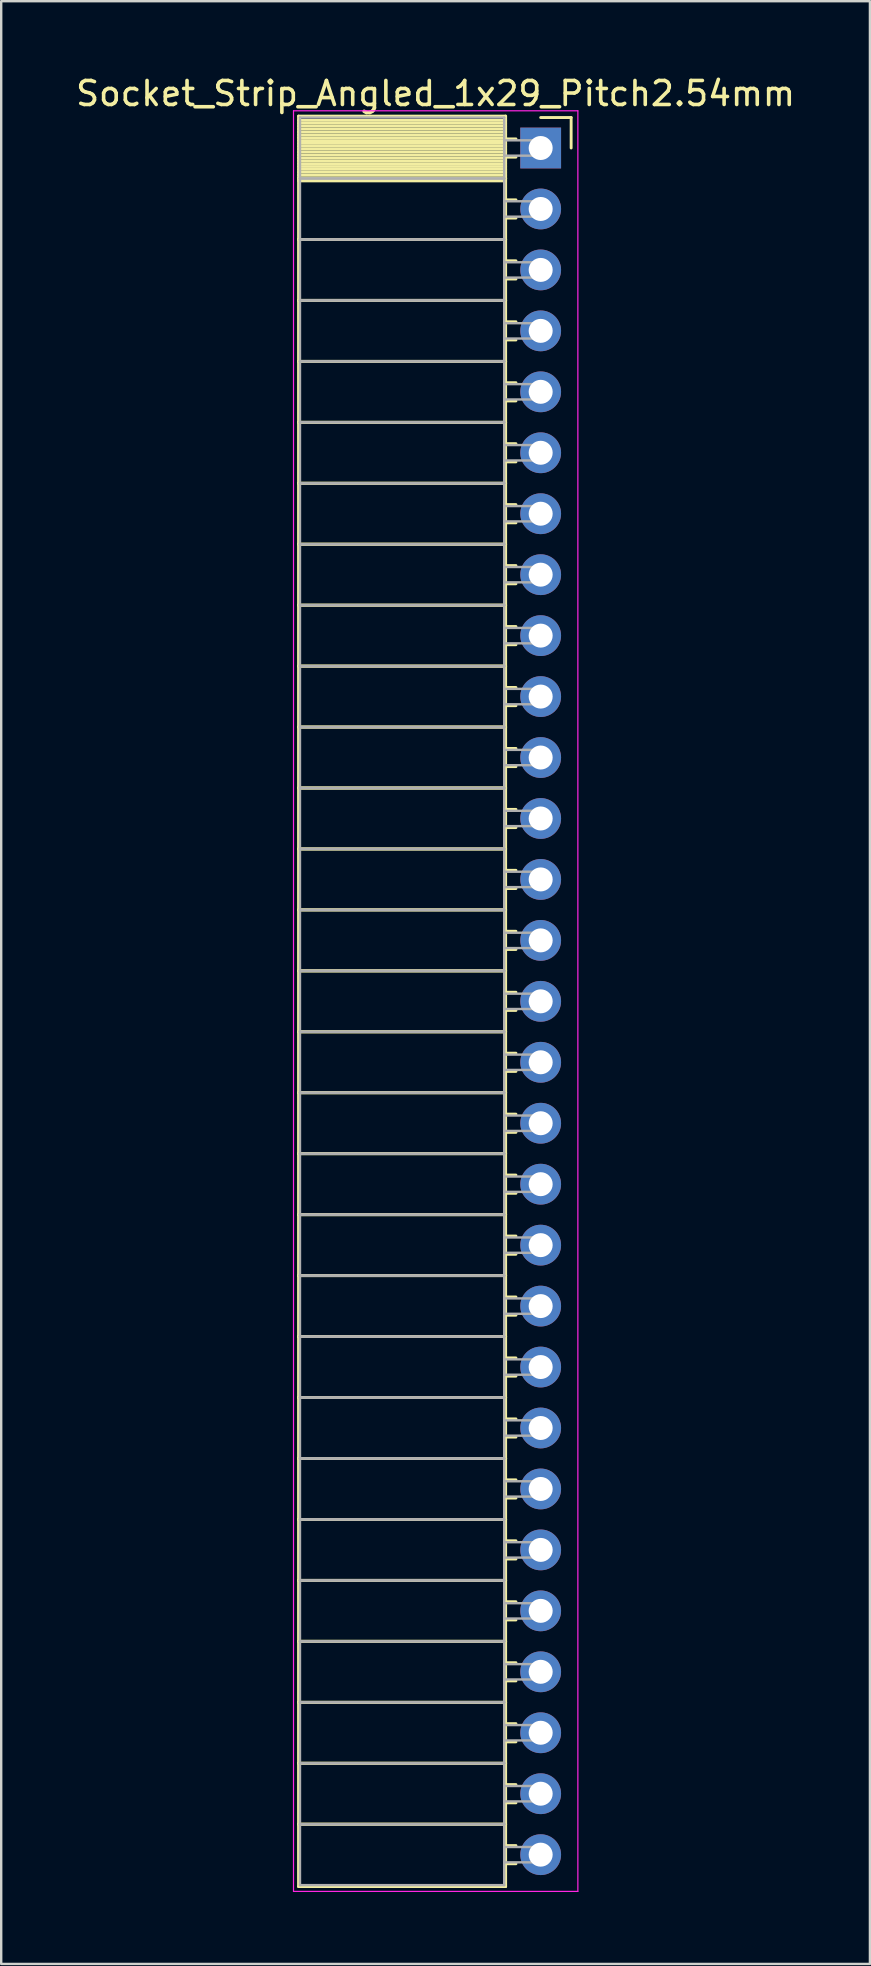
<source format=kicad_pcb>
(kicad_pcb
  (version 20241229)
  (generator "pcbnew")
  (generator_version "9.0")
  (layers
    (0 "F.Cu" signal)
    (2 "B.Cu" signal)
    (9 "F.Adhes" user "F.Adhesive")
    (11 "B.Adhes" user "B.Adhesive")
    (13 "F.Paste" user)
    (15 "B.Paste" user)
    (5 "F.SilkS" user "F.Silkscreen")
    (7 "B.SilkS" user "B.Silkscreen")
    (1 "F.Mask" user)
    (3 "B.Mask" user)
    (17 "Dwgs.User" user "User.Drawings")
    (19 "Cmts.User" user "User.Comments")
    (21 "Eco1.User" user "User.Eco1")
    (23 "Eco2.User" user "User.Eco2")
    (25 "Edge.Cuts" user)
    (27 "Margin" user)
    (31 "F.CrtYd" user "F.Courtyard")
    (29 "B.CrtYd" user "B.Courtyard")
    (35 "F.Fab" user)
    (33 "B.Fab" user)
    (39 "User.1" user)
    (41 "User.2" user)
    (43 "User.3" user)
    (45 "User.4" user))
  (footprint "Socket_Strip_Angled_1x29_Pitch2.54mm"
    (layer "F.Cu")
    (at 19.481 3.118)
    (property "Reference" "Socket_Strip_Angled_1x29_Pitch2.54mm" (at -4.38 -2.27 0) (layer "F.SilkS") (effects (font (size 1 1) (thickness 0.15))))
    (attr through_hole)
    (fp_line (start -10.09 -1.33) (end -1.46 -1.33) (stroke (width 0.12) (type solid)) (layer "F.SilkS"))
    (fp_line (start -10.09 1.27) (end -10.09 -1.33) (stroke (width 0.12) (type solid)) (layer "F.SilkS"))
    (fp_line (start -10.09 1.27) (end -1.46 1.27) (stroke (width 0.12) (type solid)) (layer "F.SilkS"))
    (fp_line (start -10.09 3.81) (end -10.09 1.27) (stroke (width 0.12) (type solid)) (layer "F.SilkS"))
    (fp_line (start -10.09 3.81) (end -1.46 3.81) (stroke (width 0.12) (type solid)) (layer "F.SilkS"))
    (fp_line (start -10.09 6.35) (end -10.09 3.81) (stroke (width 0.12) (type solid)) (layer "F.SilkS"))
    (fp_line (start -10.09 6.35) (end -1.46 6.35) (stroke (width 0.12) (type solid)) (layer "F.SilkS"))
    (fp_line (start -10.09 8.89) (end -10.09 6.35) (stroke (width 0.12) (type solid)) (layer "F.SilkS"))
    (fp_line (start -10.09 8.89) (end -1.46 8.89) (stroke (width 0.12) (type solid)) (layer "F.SilkS"))
    (fp_line (start -10.09 11.43) (end -10.09 8.89) (stroke (width 0.12) (type solid)) (layer "F.SilkS"))
    (fp_line (start -10.09 11.43) (end -1.46 11.43) (stroke (width 0.12) (type solid)) (layer "F.SilkS"))
    (fp_line (start -10.09 13.97) (end -10.09 11.43) (stroke (width 0.12) (type solid)) (layer "F.SilkS"))
    (fp_line (start -10.09 13.97) (end -1.46 13.97) (stroke (width 0.12) (type solid)) (layer "F.SilkS"))
    (fp_line (start -10.09 16.51) (end -10.09 13.97) (stroke (width 0.12) (type solid)) (layer "F.SilkS"))
    (fp_line (start -10.09 16.51) (end -1.46 16.51) (stroke (width 0.12) (type solid)) (layer "F.SilkS"))
    (fp_line (start -10.09 19.05) (end -10.09 16.51) (stroke (width 0.12) (type solid)) (layer "F.SilkS"))
    (fp_line (start -10.09 19.05) (end -1.46 19.05) (stroke (width 0.12) (type solid)) (layer "F.SilkS"))
    (fp_line (start -10.09 21.59) (end -10.09 19.05) (stroke (width 0.12) (type solid)) (layer "F.SilkS"))
    (fp_line (start -10.09 21.59) (end -1.46 21.59) (stroke (width 0.12) (type solid)) (layer "F.SilkS"))
    (fp_line (start -10.09 24.13) (end -10.09 21.59) (stroke (width 0.12) (type solid)) (layer "F.SilkS"))
    (fp_line (start -10.09 24.13) (end -1.46 24.13) (stroke (width 0.12) (type solid)) (layer "F.SilkS"))
    (fp_line (start -10.09 26.67) (end -10.09 24.13) (stroke (width 0.12) (type solid)) (layer "F.SilkS"))
    (fp_line (start -10.09 26.67) (end -1.46 26.67) (stroke (width 0.12) (type solid)) (layer "F.SilkS"))
    (fp_line (start -10.09 29.21) (end -10.09 26.67) (stroke (width 0.12) (type solid)) (layer "F.SilkS"))
    (fp_line (start -10.09 29.21) (end -1.46 29.21) (stroke (width 0.12) (type solid)) (layer "F.SilkS"))
    (fp_line (start -10.09 31.75) (end -10.09 29.21) (stroke (width 0.12) (type solid)) (layer "F.SilkS"))
    (fp_line (start -10.09 31.75) (end -1.46 31.75) (stroke (width 0.12) (type solid)) (layer "F.SilkS"))
    (fp_line (start -10.09 34.29) (end -10.09 31.75) (stroke (width 0.12) (type solid)) (layer "F.SilkS"))
    (fp_line (start -10.09 34.29) (end -1.46 34.29) (stroke (width 0.12) (type solid)) (layer "F.SilkS"))
    (fp_line (start -10.09 36.83) (end -10.09 34.29) (stroke (width 0.12) (type solid)) (layer "F.SilkS"))
    (fp_line (start -10.09 36.83) (end -1.46 36.83) (stroke (width 0.12) (type solid)) (layer "F.SilkS"))
    (fp_line (start -10.09 39.37) (end -10.09 36.83) (stroke (width 0.12) (type solid)) (layer "F.SilkS"))
    (fp_line (start -10.09 39.37) (end -1.46 39.37) (stroke (width 0.12) (type solid)) (layer "F.SilkS"))
    (fp_line (start -10.09 41.91) (end -10.09 39.37) (stroke (width 0.12) (type solid)) (layer "F.SilkS"))
    (fp_line (start -10.09 41.91) (end -1.46 41.91) (stroke (width 0.12) (type solid)) (layer "F.SilkS"))
    (fp_line (start -10.09 44.45) (end -10.09 41.91) (stroke (width 0.12) (type solid)) (layer "F.SilkS"))
    (fp_line (start -10.09 44.45) (end -1.46 44.45) (stroke (width 0.12) (type solid)) (layer "F.SilkS"))
    (fp_line (start -10.09 46.99) (end -10.09 44.45) (stroke (width 0.12) (type solid)) (layer "F.SilkS"))
    (fp_line (start -10.09 46.99) (end -1.46 46.99) (stroke (width 0.12) (type solid)) (layer "F.SilkS"))
    (fp_line (start -10.09 49.53) (end -10.09 46.99) (stroke (width 0.12) (type solid)) (layer "F.SilkS"))
    (fp_line (start -10.09 49.53) (end -1.46 49.53) (stroke (width 0.12) (type solid)) (layer "F.SilkS"))
    (fp_line (start -10.09 52.07) (end -10.09 49.53) (stroke (width 0.12) (type solid)) (layer "F.SilkS"))
    (fp_line (start -10.09 52.07) (end -1.46 52.07) (stroke (width 0.12) (type solid)) (layer "F.SilkS"))
    (fp_line (start -10.09 54.61) (end -10.09 52.07) (stroke (width 0.12) (type solid)) (layer "F.SilkS"))
    (fp_line (start -10.09 54.61) (end -1.46 54.61) (stroke (width 0.12) (type solid)) (layer "F.SilkS"))
    (fp_line (start -10.09 57.15) (end -10.09 54.61) (stroke (width 0.12) (type solid)) (layer "F.SilkS"))
    (fp_line (start -10.09 57.15) (end -1.46 57.15) (stroke (width 0.12) (type solid)) (layer "F.SilkS"))
    (fp_line (start -10.09 59.69) (end -10.09 57.15) (stroke (width 0.12) (type solid)) (layer "F.SilkS"))
    (fp_line (start -10.09 59.69) (end -1.46 59.69) (stroke (width 0.12) (type solid)) (layer "F.SilkS"))
    (fp_line (start -10.09 62.23) (end -10.09 59.69) (stroke (width 0.12) (type solid)) (layer "F.SilkS"))
    (fp_line (start -10.09 62.23) (end -1.46 62.23) (stroke (width 0.12) (type solid)) (layer "F.SilkS"))
    (fp_line (start -10.09 64.77) (end -10.09 62.23) (stroke (width 0.12) (type solid)) (layer "F.SilkS"))
    (fp_line (start -10.09 64.77) (end -1.46 64.77) (stroke (width 0.12) (type solid)) (layer "F.SilkS"))
    (fp_line (start -10.09 67.31) (end -10.09 64.77) (stroke (width 0.12) (type solid)) (layer "F.SilkS"))
    (fp_line (start -10.09 67.31) (end -1.46 67.31) (stroke (width 0.12) (type solid)) (layer "F.SilkS"))
    (fp_line (start -10.09 69.85) (end -10.09 67.31) (stroke (width 0.12) (type solid)) (layer "F.SilkS"))
    (fp_line (start -10.09 69.85) (end -1.46 69.85) (stroke (width 0.12) (type solid)) (layer "F.SilkS"))
    (fp_line (start -10.09 72.45) (end -10.09 69.85) (stroke (width 0.12) (type solid)) (layer "F.SilkS"))
    (fp_line (start -1.46 -1.33) (end -1.46 1.27) (stroke (width 0.12) (type solid)) (layer "F.SilkS"))
    (fp_line (start -1.46 -1.15) (end -10.09 -1.15) (stroke (width 0.12) (type solid)) (layer "F.SilkS"))
    (fp_line (start -1.46 -1.03) (end -10.09 -1.03) (stroke (width 0.12) (type solid)) (layer "F.SilkS"))
    (fp_line (start -1.46 -0.91) (end -10.09 -0.91) (stroke (width 0.12) (type solid)) (layer "F.SilkS"))
    (fp_line (start -1.46 -0.79) (end -10.09 -0.79) (stroke (width 0.12) (type solid)) (layer "F.SilkS"))
    (fp_line (start -1.46 -0.67) (end -10.09 -0.67) (stroke (width 0.12) (type solid)) (layer "F.SilkS"))
    (fp_line (start -1.46 -0.55) (end -10.09 -0.55) (stroke (width 0.12) (type solid)) (layer "F.SilkS"))
    (fp_line (start -1.46 -0.43) (end -10.09 -0.43) (stroke (width 0.12) (type solid)) (layer "F.SilkS"))
    (fp_line (start -1.46 -0.31) (end -10.09 -0.31) (stroke (width 0.12) (type solid)) (layer "F.SilkS"))
    (fp_line (start -1.46 -0.19) (end -10.09 -0.19) (stroke (width 0.12) (type solid)) (layer "F.SilkS"))
    (fp_line (start -1.46 -0.07) (end -10.09 -0.07) (stroke (width 0.12) (type solid)) (layer "F.SilkS"))
    (fp_line (start -1.46 0.05) (end -10.09 0.05) (stroke (width 0.12) (type solid)) (layer "F.SilkS"))
    (fp_line (start -1.46 0.17) (end -10.09 0.17) (stroke (width 0.12) (type solid)) (layer "F.SilkS"))
    (fp_line (start -1.46 0.29) (end -10.09 0.29) (stroke (width 0.12) (type solid)) (layer "F.SilkS"))
    (fp_line (start -1.46 0.41) (end -10.09 0.41) (stroke (width 0.12) (type solid)) (layer "F.SilkS"))
    (fp_line (start -1.46 0.53) (end -10.09 0.53) (stroke (width 0.12) (type solid)) (layer "F.SilkS"))
    (fp_line (start -1.46 0.65) (end -10.09 0.65) (stroke (width 0.12) (type solid)) (layer "F.SilkS"))
    (fp_line (start -1.46 0.77) (end -10.09 0.77) (stroke (width 0.12) (type solid)) (layer "F.SilkS"))
    (fp_line (start -1.46 0.89) (end -10.09 0.89) (stroke (width 0.12) (type solid)) (layer "F.SilkS"))
    (fp_line (start -1.46 1.01) (end -10.09 1.01) (stroke (width 0.12) (type solid)) (layer "F.SilkS"))
    (fp_line (start -1.46 1.13) (end -10.09 1.13) (stroke (width 0.12) (type solid)) (layer "F.SilkS"))
    (fp_line (start -1.46 1.25) (end -10.09 1.25) (stroke (width 0.12) (type solid)) (layer "F.SilkS"))
    (fp_line (start -1.46 1.27) (end -10.09 1.27) (stroke (width 0.12) (type solid)) (layer "F.SilkS"))
    (fp_line (start -1.46 1.27) (end -1.46 3.81) (stroke (width 0.12) (type solid)) (layer "F.SilkS"))
    (fp_line (start -1.46 1.37) (end -10.09 1.37) (stroke (width 0.12) (type solid)) (layer "F.SilkS"))
    (fp_line (start -1.46 3.81) (end -10.09 3.81) (stroke (width 0.12) (type solid)) (layer "F.SilkS"))
    (fp_line (start -1.46 3.81) (end -1.46 6.35) (stroke (width 0.12) (type solid)) (layer "F.SilkS"))
    (fp_line (start -1.46 6.35) (end -10.09 6.35) (stroke (width 0.12) (type solid)) (layer "F.SilkS"))
    (fp_line (start -1.46 6.35) (end -1.46 8.89) (stroke (width 0.12) (type solid)) (layer "F.SilkS"))
    (fp_line (start -1.46 8.89) (end -10.09 8.89) (stroke (width 0.12) (type solid)) (layer "F.SilkS"))
    (fp_line (start -1.46 8.89) (end -1.46 11.43) (stroke (width 0.12) (type solid)) (layer "F.SilkS"))
    (fp_line (start -1.46 11.43) (end -10.09 11.43) (stroke (width 0.12) (type solid)) (layer "F.SilkS"))
    (fp_line (start -1.46 11.43) (end -1.46 13.97) (stroke (width 0.12) (type solid)) (layer "F.SilkS"))
    (fp_line (start -1.46 13.97) (end -10.09 13.97) (stroke (width 0.12) (type solid)) (layer "F.SilkS"))
    (fp_line (start -1.46 13.97) (end -1.46 16.51) (stroke (width 0.12) (type solid)) (layer "F.SilkS"))
    (fp_line (start -1.46 16.51) (end -10.09 16.51) (stroke (width 0.12) (type solid)) (layer "F.SilkS"))
    (fp_line (start -1.46 16.51) (end -1.46 19.05) (stroke (width 0.12) (type solid)) (layer "F.SilkS"))
    (fp_line (start -1.46 19.05) (end -10.09 19.05) (stroke (width 0.12) (type solid)) (layer "F.SilkS"))
    (fp_line (start -1.46 19.05) (end -1.46 21.59) (stroke (width 0.12) (type solid)) (layer "F.SilkS"))
    (fp_line (start -1.46 21.59) (end -10.09 21.59) (stroke (width 0.12) (type solid)) (layer "F.SilkS"))
    (fp_line (start -1.46 21.59) (end -1.46 24.13) (stroke (width 0.12) (type solid)) (layer "F.SilkS"))
    (fp_line (start -1.46 24.13) (end -10.09 24.13) (stroke (width 0.12) (type solid)) (layer "F.SilkS"))
    (fp_line (start -1.46 24.13) (end -1.46 26.67) (stroke (width 0.12) (type solid)) (layer "F.SilkS"))
    (fp_line (start -1.46 26.67) (end -10.09 26.67) (stroke (width 0.12) (type solid)) (layer "F.SilkS"))
    (fp_line (start -1.46 26.67) (end -1.46 29.21) (stroke (width 0.12) (type solid)) (layer "F.SilkS"))
    (fp_line (start -1.46 29.21) (end -10.09 29.21) (stroke (width 0.12) (type solid)) (layer "F.SilkS"))
    (fp_line (start -1.46 29.21) (end -1.46 31.75) (stroke (width 0.12) (type solid)) (layer "F.SilkS"))
    (fp_line (start -1.46 31.75) (end -10.09 31.75) (stroke (width 0.12) (type solid)) (layer "F.SilkS"))
    (fp_line (start -1.46 31.75) (end -1.46 34.29) (stroke (width 0.12) (type solid)) (layer "F.SilkS"))
    (fp_line (start -1.46 34.29) (end -10.09 34.29) (stroke (width 0.12) (type solid)) (layer "F.SilkS"))
    (fp_line (start -1.46 34.29) (end -1.46 36.83) (stroke (width 0.12) (type solid)) (layer "F.SilkS"))
    (fp_line (start -1.46 36.83) (end -10.09 36.83) (stroke (width 0.12) (type solid)) (layer "F.SilkS"))
    (fp_line (start -1.46 36.83) (end -1.46 39.37) (stroke (width 0.12) (type solid)) (layer "F.SilkS"))
    (fp_line (start -1.46 39.37) (end -10.09 39.37) (stroke (width 0.12) (type solid)) (layer "F.SilkS"))
    (fp_line (start -1.46 39.37) (end -1.46 41.91) (stroke (width 0.12) (type solid)) (layer "F.SilkS"))
    (fp_line (start -1.46 41.91) (end -10.09 41.91) (stroke (width 0.12) (type solid)) (layer "F.SilkS"))
    (fp_line (start -1.46 41.91) (end -1.46 44.45) (stroke (width 0.12) (type solid)) (layer "F.SilkS"))
    (fp_line (start -1.46 44.45) (end -10.09 44.45) (stroke (width 0.12) (type solid)) (layer "F.SilkS"))
    (fp_line (start -1.46 44.45) (end -1.46 46.99) (stroke (width 0.12) (type solid)) (layer "F.SilkS"))
    (fp_line (start -1.46 46.99) (end -10.09 46.99) (stroke (width 0.12) (type solid)) (layer "F.SilkS"))
    (fp_line (start -1.46 46.99) (end -1.46 49.53) (stroke (width 0.12) (type solid)) (layer "F.SilkS"))
    (fp_line (start -1.46 49.53) (end -10.09 49.53) (stroke (width 0.12) (type solid)) (layer "F.SilkS"))
    (fp_line (start -1.46 49.53) (end -1.46 52.07) (stroke (width 0.12) (type solid)) (layer "F.SilkS"))
    (fp_line (start -1.46 52.07) (end -10.09 52.07) (stroke (width 0.12) (type solid)) (layer "F.SilkS"))
    (fp_line (start -1.46 52.07) (end -1.46 54.61) (stroke (width 0.12) (type solid)) (layer "F.SilkS"))
    (fp_line (start -1.46 54.61) (end -10.09 54.61) (stroke (width 0.12) (type solid)) (layer "F.SilkS"))
    (fp_line (start -1.46 54.61) (end -1.46 57.15) (stroke (width 0.12) (type solid)) (layer "F.SilkS"))
    (fp_line (start -1.46 57.15) (end -10.09 57.15) (stroke (width 0.12) (type solid)) (layer "F.SilkS"))
    (fp_line (start -1.46 57.15) (end -1.46 59.69) (stroke (width 0.12) (type solid)) (layer "F.SilkS"))
    (fp_line (start -1.46 59.69) (end -10.09 59.69) (stroke (width 0.12) (type solid)) (layer "F.SilkS"))
    (fp_line (start -1.46 59.69) (end -1.46 62.23) (stroke (width 0.12) (type solid)) (layer "F.SilkS"))
    (fp_line (start -1.46 62.23) (end -10.09 62.23) (stroke (width 0.12) (type solid)) (layer "F.SilkS"))
    (fp_line (start -1.46 62.23) (end -1.46 64.77) (stroke (width 0.12) (type solid)) (layer "F.SilkS"))
    (fp_line (start -1.46 64.77) (end -10.09 64.77) (stroke (width 0.12) (type solid)) (layer "F.SilkS"))
    (fp_line (start -1.46 64.77) (end -1.46 67.31) (stroke (width 0.12) (type solid)) (layer "F.SilkS"))
    (fp_line (start -1.46 67.31) (end -10.09 67.31) (stroke (width 0.12) (type solid)) (layer "F.SilkS"))
    (fp_line (start -1.46 67.31) (end -1.46 69.85) (stroke (width 0.12) (type solid)) (layer "F.SilkS"))
    (fp_line (start -1.46 69.85) (end -10.09 69.85) (stroke (width 0.12) (type solid)) (layer "F.SilkS"))
    (fp_line (start -1.46 69.85) (end -1.46 72.45) (stroke (width 0.12) (type solid)) (layer "F.SilkS"))
    (fp_line (start -1.46 72.45) (end -10.09 72.45) (stroke (width 0.12) (type solid)) (layer "F.SilkS"))
    (fp_line (start -1.03 -0.38) (end -1.46 -0.38) (stroke (width 0.12) (type solid)) (layer "F.SilkS"))
    (fp_line (start -1.03 0.38) (end -1.46 0.38) (stroke (width 0.12) (type solid)) (layer "F.SilkS"))
    (fp_line (start -1.03 2.16) (end -1.46 2.16) (stroke (width 0.12) (type solid)) (layer "F.SilkS"))
    (fp_line (start -1.03 2.92) (end -1.46 2.92) (stroke (width 0.12) (type solid)) (layer "F.SilkS"))
    (fp_line (start -1.03 4.7) (end -1.46 4.7) (stroke (width 0.12) (type solid)) (layer "F.SilkS"))
    (fp_line (start -1.03 5.46) (end -1.46 5.46) (stroke (width 0.12) (type solid)) (layer "F.SilkS"))
    (fp_line (start -1.03 7.24) (end -1.46 7.24) (stroke (width 0.12) (type solid)) (layer "F.SilkS"))
    (fp_line (start -1.03 8) (end -1.46 8) (stroke (width 0.12) (type solid)) (layer "F.SilkS"))
    (fp_line (start -1.03 9.78) (end -1.46 9.78) (stroke (width 0.12) (type solid)) (layer "F.SilkS"))
    (fp_line (start -1.03 10.54) (end -1.46 10.54) (stroke (width 0.12) (type solid)) (layer "F.SilkS"))
    (fp_line (start -1.03 12.32) (end -1.46 12.32) (stroke (width 0.12) (type solid)) (layer "F.SilkS"))
    (fp_line (start -1.03 13.08) (end -1.46 13.08) (stroke (width 0.12) (type solid)) (layer "F.SilkS"))
    (fp_line (start -1.03 14.86) (end -1.46 14.86) (stroke (width 0.12) (type solid)) (layer "F.SilkS"))
    (fp_line (start -1.03 15.62) (end -1.46 15.62) (stroke (width 0.12) (type solid)) (layer "F.SilkS"))
    (fp_line (start -1.03 17.4) (end -1.46 17.4) (stroke (width 0.12) (type solid)) (layer "F.SilkS"))
    (fp_line (start -1.03 18.16) (end -1.46 18.16) (stroke (width 0.12) (type solid)) (layer "F.SilkS"))
    (fp_line (start -1.03 19.94) (end -1.46 19.94) (stroke (width 0.12) (type solid)) (layer "F.SilkS"))
    (fp_line (start -1.03 20.7) (end -1.46 20.7) (stroke (width 0.12) (type solid)) (layer "F.SilkS"))
    (fp_line (start -1.03 22.48) (end -1.46 22.48) (stroke (width 0.12) (type solid)) (layer "F.SilkS"))
    (fp_line (start -1.03 23.24) (end -1.46 23.24) (stroke (width 0.12) (type solid)) (layer "F.SilkS"))
    (fp_line (start -1.03 25.02) (end -1.46 25.02) (stroke (width 0.12) (type solid)) (layer "F.SilkS"))
    (fp_line (start -1.03 25.78) (end -1.46 25.78) (stroke (width 0.12) (type solid)) (layer "F.SilkS"))
    (fp_line (start -1.03 27.56) (end -1.46 27.56) (stroke (width 0.12) (type solid)) (layer "F.SilkS"))
    (fp_line (start -1.03 28.32) (end -1.46 28.32) (stroke (width 0.12) (type solid)) (layer "F.SilkS"))
    (fp_line (start -1.03 30.1) (end -1.46 30.1) (stroke (width 0.12) (type solid)) (layer "F.SilkS"))
    (fp_line (start -1.03 30.86) (end -1.46 30.86) (stroke (width 0.12) (type solid)) (layer "F.SilkS"))
    (fp_line (start -1.03 32.64) (end -1.46 32.64) (stroke (width 0.12) (type solid)) (layer "F.SilkS"))
    (fp_line (start -1.03 33.4) (end -1.46 33.4) (stroke (width 0.12) (type solid)) (layer "F.SilkS"))
    (fp_line (start -1.03 35.18) (end -1.46 35.18) (stroke (width 0.12) (type solid)) (layer "F.SilkS"))
    (fp_line (start -1.03 35.94) (end -1.46 35.94) (stroke (width 0.12) (type solid)) (layer "F.SilkS"))
    (fp_line (start -1.03 37.72) (end -1.46 37.72) (stroke (width 0.12) (type solid)) (layer "F.SilkS"))
    (fp_line (start -1.03 38.48) (end -1.46 38.48) (stroke (width 0.12) (type solid)) (layer "F.SilkS"))
    (fp_line (start -1.03 40.26) (end -1.46 40.26) (stroke (width 0.12) (type solid)) (layer "F.SilkS"))
    (fp_line (start -1.03 41.02) (end -1.46 41.02) (stroke (width 0.12) (type solid)) (layer "F.SilkS"))
    (fp_line (start -1.03 42.8) (end -1.46 42.8) (stroke (width 0.12) (type solid)) (layer "F.SilkS"))
    (fp_line (start -1.03 43.56) (end -1.46 43.56) (stroke (width 0.12) (type solid)) (layer "F.SilkS"))
    (fp_line (start -1.03 45.34) (end -1.46 45.34) (stroke (width 0.12) (type solid)) (layer "F.SilkS"))
    (fp_line (start -1.03 46.1) (end -1.46 46.1) (stroke (width 0.12) (type solid)) (layer "F.SilkS"))
    (fp_line (start -1.03 47.88) (end -1.46 47.88) (stroke (width 0.12) (type solid)) (layer "F.SilkS"))
    (fp_line (start -1.03 48.64) (end -1.46 48.64) (stroke (width 0.12) (type solid)) (layer "F.SilkS"))
    (fp_line (start -1.03 50.42) (end -1.46 50.42) (stroke (width 0.12) (type solid)) (layer "F.SilkS"))
    (fp_line (start -1.03 51.18) (end -1.46 51.18) (stroke (width 0.12) (type solid)) (layer "F.SilkS"))
    (fp_line (start -1.03 52.96) (end -1.46 52.96) (stroke (width 0.12) (type solid)) (layer "F.SilkS"))
    (fp_line (start -1.03 53.72) (end -1.46 53.72) (stroke (width 0.12) (type solid)) (layer "F.SilkS"))
    (fp_line (start -1.03 55.5) (end -1.46 55.5) (stroke (width 0.12) (type solid)) (layer "F.SilkS"))
    (fp_line (start -1.03 56.26) (end -1.46 56.26) (stroke (width 0.12) (type solid)) (layer "F.SilkS"))
    (fp_line (start -1.03 58.04) (end -1.46 58.04) (stroke (width 0.12) (type solid)) (layer "F.SilkS"))
    (fp_line (start -1.03 58.8) (end -1.46 58.8) (stroke (width 0.12) (type solid)) (layer "F.SilkS"))
    (fp_line (start -1.03 60.58) (end -1.46 60.58) (stroke (width 0.12) (type solid)) (layer "F.SilkS"))
    (fp_line (start -1.03 61.34) (end -1.46 61.34) (stroke (width 0.12) (type solid)) (layer "F.SilkS"))
    (fp_line (start -1.03 63.12) (end -1.46 63.12) (stroke (width 0.12) (type solid)) (layer "F.SilkS"))
    (fp_line (start -1.03 63.88) (end -1.46 63.88) (stroke (width 0.12) (type solid)) (layer "F.SilkS"))
    (fp_line (start -1.03 65.66) (end -1.46 65.66) (stroke (width 0.12) (type solid)) (layer "F.SilkS"))
    (fp_line (start -1.03 66.42) (end -1.46 66.42) (stroke (width 0.12) (type solid)) (layer "F.SilkS"))
    (fp_line (start -1.03 68.2) (end -1.46 68.2) (stroke (width 0.12) (type solid)) (layer "F.SilkS"))
    (fp_line (start -1.03 68.96) (end -1.46 68.96) (stroke (width 0.12) (type solid)) (layer "F.SilkS"))
    (fp_line (start -1.03 70.74) (end -1.46 70.74) (stroke (width 0.12) (type solid)) (layer "F.SilkS"))
    (fp_line (start -1.03 71.5) (end -1.46 71.5) (stroke (width 0.12) (type solid)) (layer "F.SilkS"))
    (fp_line (start 0 -1.27) (end 1.27 -1.27) (stroke (width 0.12) (type solid)) (layer "F.SilkS"))
    (fp_line (start 1.27 -1.27) (end 1.27 0) (stroke (width 0.12) (type solid)) (layer "F.SilkS"))
    (fp_line (start -10.3 -1.55) (end 1.55 -1.55) (stroke (width 0.05) (type solid)) (layer "F.CrtYd"))
    (fp_line (start -10.3 72.65) (end -10.3 -1.55) (stroke (width 0.05) (type solid)) (layer "F.CrtYd"))
    (fp_line (start 1.55 -1.55) (end 1.55 72.65) (stroke (width 0.05) (type solid)) (layer "F.CrtYd"))
    (fp_line (start 1.55 72.65) (end -10.3 72.65) (stroke (width 0.05) (type solid)) (layer "F.CrtYd"))
    (fp_line (start -10.03 -1.27) (end -1.52 -1.27) (stroke (width 0.1) (type solid)) (layer "F.Fab"))
    (fp_line (start -10.03 1.27) (end -10.03 -1.27) (stroke (width 0.1) (type solid)) (layer "F.Fab"))
    (fp_line (start -10.03 1.27) (end -1.52 1.27) (stroke (width 0.1) (type solid)) (layer "F.Fab"))
    (fp_line (start -10.03 3.81) (end -10.03 1.27) (stroke (width 0.1) (type solid)) (layer "F.Fab"))
    (fp_line (start -10.03 3.81) (end -1.52 3.81) (stroke (width 0.1) (type solid)) (layer "F.Fab"))
    (fp_line (start -10.03 6.35) (end -10.03 3.81) (stroke (width 0.1) (type solid)) (layer "F.Fab"))
    (fp_line (start -10.03 6.35) (end -1.52 6.35) (stroke (width 0.1) (type solid)) (layer "F.Fab"))
    (fp_line (start -10.03 8.89) (end -10.03 6.35) (stroke (width 0.1) (type solid)) (layer "F.Fab"))
    (fp_line (start -10.03 8.89) (end -1.52 8.89) (stroke (width 0.1) (type solid)) (layer "F.Fab"))
    (fp_line (start -10.03 11.43) (end -10.03 8.89) (stroke (width 0.1) (type solid)) (layer "F.Fab"))
    (fp_line (start -10.03 11.43) (end -1.52 11.43) (stroke (width 0.1) (type solid)) (layer "F.Fab"))
    (fp_line (start -10.03 13.97) (end -10.03 11.43) (stroke (width 0.1) (type solid)) (layer "F.Fab"))
    (fp_line (start -10.03 13.97) (end -1.52 13.97) (stroke (width 0.1) (type solid)) (layer "F.Fab"))
    (fp_line (start -10.03 16.51) (end -10.03 13.97) (stroke (width 0.1) (type solid)) (layer "F.Fab"))
    (fp_line (start -10.03 16.51) (end -1.52 16.51) (stroke (width 0.1) (type solid)) (layer "F.Fab"))
    (fp_line (start -10.03 19.05) (end -10.03 16.51) (stroke (width 0.1) (type solid)) (layer "F.Fab"))
    (fp_line (start -10.03 19.05) (end -1.52 19.05) (stroke (width 0.1) (type solid)) (layer "F.Fab"))
    (fp_line (start -10.03 21.59) (end -10.03 19.05) (stroke (width 0.1) (type solid)) (layer "F.Fab"))
    (fp_line (start -10.03 21.59) (end -1.52 21.59) (stroke (width 0.1) (type solid)) (layer "F.Fab"))
    (fp_line (start -10.03 24.13) (end -10.03 21.59) (stroke (width 0.1) (type solid)) (layer "F.Fab"))
    (fp_line (start -10.03 24.13) (end -1.52 24.13) (stroke (width 0.1) (type solid)) (layer "F.Fab"))
    (fp_line (start -10.03 26.67) (end -10.03 24.13) (stroke (width 0.1) (type solid)) (layer "F.Fab"))
    (fp_line (start -10.03 26.67) (end -1.52 26.67) (stroke (width 0.1) (type solid)) (layer "F.Fab"))
    (fp_line (start -10.03 29.21) (end -10.03 26.67) (stroke (width 0.1) (type solid)) (layer "F.Fab"))
    (fp_line (start -10.03 29.21) (end -1.52 29.21) (stroke (width 0.1) (type solid)) (layer "F.Fab"))
    (fp_line (start -10.03 31.75) (end -10.03 29.21) (stroke (width 0.1) (type solid)) (layer "F.Fab"))
    (fp_line (start -10.03 31.75) (end -1.52 31.75) (stroke (width 0.1) (type solid)) (layer "F.Fab"))
    (fp_line (start -10.03 34.29) (end -10.03 31.75) (stroke (width 0.1) (type solid)) (layer "F.Fab"))
    (fp_line (start -10.03 34.29) (end -1.52 34.29) (stroke (width 0.1) (type solid)) (layer "F.Fab"))
    (fp_line (start -10.03 36.83) (end -10.03 34.29) (stroke (width 0.1) (type solid)) (layer "F.Fab"))
    (fp_line (start -10.03 36.83) (end -1.52 36.83) (stroke (width 0.1) (type solid)) (layer "F.Fab"))
    (fp_line (start -10.03 39.37) (end -10.03 36.83) (stroke (width 0.1) (type solid)) (layer "F.Fab"))
    (fp_line (start -10.03 39.37) (end -1.52 39.37) (stroke (width 0.1) (type solid)) (layer "F.Fab"))
    (fp_line (start -10.03 41.91) (end -10.03 39.37) (stroke (width 0.1) (type solid)) (layer "F.Fab"))
    (fp_line (start -10.03 41.91) (end -1.52 41.91) (stroke (width 0.1) (type solid)) (layer "F.Fab"))
    (fp_line (start -10.03 44.45) (end -10.03 41.91) (stroke (width 0.1) (type solid)) (layer "F.Fab"))
    (fp_line (start -10.03 44.45) (end -1.52 44.45) (stroke (width 0.1) (type solid)) (layer "F.Fab"))
    (fp_line (start -10.03 46.99) (end -10.03 44.45) (stroke (width 0.1) (type solid)) (layer "F.Fab"))
    (fp_line (start -10.03 46.99) (end -1.52 46.99) (stroke (width 0.1) (type solid)) (layer "F.Fab"))
    (fp_line (start -10.03 49.53) (end -10.03 46.99) (stroke (width 0.1) (type solid)) (layer "F.Fab"))
    (fp_line (start -10.03 49.53) (end -1.52 49.53) (stroke (width 0.1) (type solid)) (layer "F.Fab"))
    (fp_line (start -10.03 52.07) (end -10.03 49.53) (stroke (width 0.1) (type solid)) (layer "F.Fab"))
    (fp_line (start -10.03 52.07) (end -1.52 52.07) (stroke (width 0.1) (type solid)) (layer "F.Fab"))
    (fp_line (start -10.03 54.61) (end -10.03 52.07) (stroke (width 0.1) (type solid)) (layer "F.Fab"))
    (fp_line (start -10.03 54.61) (end -1.52 54.61) (stroke (width 0.1) (type solid)) (layer "F.Fab"))
    (fp_line (start -10.03 57.15) (end -10.03 54.61) (stroke (width 0.1) (type solid)) (layer "F.Fab"))
    (fp_line (start -10.03 57.15) (end -1.52 57.15) (stroke (width 0.1) (type solid)) (layer "F.Fab"))
    (fp_line (start -10.03 59.69) (end -10.03 57.15) (stroke (width 0.1) (type solid)) (layer "F.Fab"))
    (fp_line (start -10.03 59.69) (end -1.52 59.69) (stroke (width 0.1) (type solid)) (layer "F.Fab"))
    (fp_line (start -10.03 62.23) (end -10.03 59.69) (stroke (width 0.1) (type solid)) (layer "F.Fab"))
    (fp_line (start -10.03 62.23) (end -1.52 62.23) (stroke (width 0.1) (type solid)) (layer "F.Fab"))
    (fp_line (start -10.03 64.77) (end -10.03 62.23) (stroke (width 0.1) (type solid)) (layer "F.Fab"))
    (fp_line (start -10.03 64.77) (end -1.52 64.77) (stroke (width 0.1) (type solid)) (layer "F.Fab"))
    (fp_line (start -10.03 67.31) (end -10.03 64.77) (stroke (width 0.1) (type solid)) (layer "F.Fab"))
    (fp_line (start -10.03 67.31) (end -1.52 67.31) (stroke (width 0.1) (type solid)) (layer "F.Fab"))
    (fp_line (start -10.03 69.85) (end -10.03 67.31) (stroke (width 0.1) (type solid)) (layer "F.Fab"))
    (fp_line (start -10.03 69.85) (end -1.52 69.85) (stroke (width 0.1) (type solid)) (layer "F.Fab"))
    (fp_line (start -10.03 72.39) (end -10.03 69.85) (stroke (width 0.1) (type solid)) (layer "F.Fab"))
    (fp_line (start -1.52 -1.27) (end -1.52 1.27) (stroke (width 0.1) (type solid)) (layer "F.Fab"))
    (fp_line (start -1.52 -0.32) (end 0 -0.32) (stroke (width 0.1) (type solid)) (layer "F.Fab"))
    (fp_line (start -1.52 0.32) (end -1.52 -0.32) (stroke (width 0.1) (type solid)) (layer "F.Fab"))
    (fp_line (start -1.52 1.27) (end -10.03 1.27) (stroke (width 0.1) (type solid)) (layer "F.Fab"))
    (fp_line (start -1.52 1.27) (end -1.52 3.81) (stroke (width 0.1) (type solid)) (layer "F.Fab"))
    (fp_line (start -1.52 2.22) (end 0 2.22) (stroke (width 0.1) (type solid)) (layer "F.Fab"))
    (fp_line (start -1.52 2.86) (end -1.52 2.22) (stroke (width 0.1) (type solid)) (layer "F.Fab"))
    (fp_line (start -1.52 3.81) (end -10.03 3.81) (stroke (width 0.1) (type solid)) (layer "F.Fab"))
    (fp_line (start -1.52 3.81) (end -1.52 6.35) (stroke (width 0.1) (type solid)) (layer "F.Fab"))
    (fp_line (start -1.52 4.76) (end 0 4.76) (stroke (width 0.1) (type solid)) (layer "F.Fab"))
    (fp_line (start -1.52 5.4) (end -1.52 4.76) (stroke (width 0.1) (type solid)) (layer "F.Fab"))
    (fp_line (start -1.52 6.35) (end -10.03 6.35) (stroke (width 0.1) (type solid)) (layer "F.Fab"))
    (fp_line (start -1.52 6.35) (end -1.52 8.89) (stroke (width 0.1) (type solid)) (layer "F.Fab"))
    (fp_line (start -1.52 7.3) (end 0 7.3) (stroke (width 0.1) (type solid)) (layer "F.Fab"))
    (fp_line (start -1.52 7.94) (end -1.52 7.3) (stroke (width 0.1) (type solid)) (layer "F.Fab"))
    (fp_line (start -1.52 8.89) (end -10.03 8.89) (stroke (width 0.1) (type solid)) (layer "F.Fab"))
    (fp_line (start -1.52 8.89) (end -1.52 11.43) (stroke (width 0.1) (type solid)) (layer "F.Fab"))
    (fp_line (start -1.52 9.84) (end 0 9.84) (stroke (width 0.1) (type solid)) (layer "F.Fab"))
    (fp_line (start -1.52 10.48) (end -1.52 9.84) (stroke (width 0.1) (type solid)) (layer "F.Fab"))
    (fp_line (start -1.52 11.43) (end -10.03 11.43) (stroke (width 0.1) (type solid)) (layer "F.Fab"))
    (fp_line (start -1.52 11.43) (end -1.52 13.97) (stroke (width 0.1) (type solid)) (layer "F.Fab"))
    (fp_line (start -1.52 12.38) (end 0 12.38) (stroke (width 0.1) (type solid)) (layer "F.Fab"))
    (fp_line (start -1.52 13.02) (end -1.52 12.38) (stroke (width 0.1) (type solid)) (layer "F.Fab"))
    (fp_line (start -1.52 13.97) (end -10.03 13.97) (stroke (width 0.1) (type solid)) (layer "F.Fab"))
    (fp_line (start -1.52 13.97) (end -1.52 16.51) (stroke (width 0.1) (type solid)) (layer "F.Fab"))
    (fp_line (start -1.52 14.92) (end 0 14.92) (stroke (width 0.1) (type solid)) (layer "F.Fab"))
    (fp_line (start -1.52 15.56) (end -1.52 14.92) (stroke (width 0.1) (type solid)) (layer "F.Fab"))
    (fp_line (start -1.52 16.51) (end -10.03 16.51) (stroke (width 0.1) (type solid)) (layer "F.Fab"))
    (fp_line (start -1.52 16.51) (end -1.52 19.05) (stroke (width 0.1) (type solid)) (layer "F.Fab"))
    (fp_line (start -1.52 17.46) (end 0 17.46) (stroke (width 0.1) (type solid)) (layer "F.Fab"))
    (fp_line (start -1.52 18.1) (end -1.52 17.46) (stroke (width 0.1) (type solid)) (layer "F.Fab"))
    (fp_line (start -1.52 19.05) (end -10.03 19.05) (stroke (width 0.1) (type solid)) (layer "F.Fab"))
    (fp_line (start -1.52 19.05) (end -1.52 21.59) (stroke (width 0.1) (type solid)) (layer "F.Fab"))
    (fp_line (start -1.52 20) (end 0 20) (stroke (width 0.1) (type solid)) (layer "F.Fab"))
    (fp_line (start -1.52 20.64) (end -1.52 20) (stroke (width 0.1) (type solid)) (layer "F.Fab"))
    (fp_line (start -1.52 21.59) (end -10.03 21.59) (stroke (width 0.1) (type solid)) (layer "F.Fab"))
    (fp_line (start -1.52 21.59) (end -1.52 24.13) (stroke (width 0.1) (type solid)) (layer "F.Fab"))
    (fp_line (start -1.52 22.54) (end 0 22.54) (stroke (width 0.1) (type solid)) (layer "F.Fab"))
    (fp_line (start -1.52 23.18) (end -1.52 22.54) (stroke (width 0.1) (type solid)) (layer "F.Fab"))
    (fp_line (start -1.52 24.13) (end -10.03 24.13) (stroke (width 0.1) (type solid)) (layer "F.Fab"))
    (fp_line (start -1.52 24.13) (end -1.52 26.67) (stroke (width 0.1) (type solid)) (layer "F.Fab"))
    (fp_line (start -1.52 25.08) (end 0 25.08) (stroke (width 0.1) (type solid)) (layer "F.Fab"))
    (fp_line (start -1.52 25.72) (end -1.52 25.08) (stroke (width 0.1) (type solid)) (layer "F.Fab"))
    (fp_line (start -1.52 26.67) (end -10.03 26.67) (stroke (width 0.1) (type solid)) (layer "F.Fab"))
    (fp_line (start -1.52 26.67) (end -1.52 29.21) (stroke (width 0.1) (type solid)) (layer "F.Fab"))
    (fp_line (start -1.52 27.62) (end 0 27.62) (stroke (width 0.1) (type solid)) (layer "F.Fab"))
    (fp_line (start -1.52 28.26) (end -1.52 27.62) (stroke (width 0.1) (type solid)) (layer "F.Fab"))
    (fp_line (start -1.52 29.21) (end -10.03 29.21) (stroke (width 0.1) (type solid)) (layer "F.Fab"))
    (fp_line (start -1.52 29.21) (end -1.52 31.75) (stroke (width 0.1) (type solid)) (layer "F.Fab"))
    (fp_line (start -1.52 30.16) (end 0 30.16) (stroke (width 0.1) (type solid)) (layer "F.Fab"))
    (fp_line (start -1.52 30.8) (end -1.52 30.16) (stroke (width 0.1) (type solid)) (layer "F.Fab"))
    (fp_line (start -1.52 31.75) (end -10.03 31.75) (stroke (width 0.1) (type solid)) (layer "F.Fab"))
    (fp_line (start -1.52 31.75) (end -1.52 34.29) (stroke (width 0.1) (type solid)) (layer "F.Fab"))
    (fp_line (start -1.52 32.7) (end 0 32.7) (stroke (width 0.1) (type solid)) (layer "F.Fab"))
    (fp_line (start -1.52 33.34) (end -1.52 32.7) (stroke (width 0.1) (type solid)) (layer "F.Fab"))
    (fp_line (start -1.52 34.29) (end -10.03 34.29) (stroke (width 0.1) (type solid)) (layer "F.Fab"))
    (fp_line (start -1.52 34.29) (end -1.52 36.83) (stroke (width 0.1) (type solid)) (layer "F.Fab"))
    (fp_line (start -1.52 35.24) (end 0 35.24) (stroke (width 0.1) (type solid)) (layer "F.Fab"))
    (fp_line (start -1.52 35.88) (end -1.52 35.24) (stroke (width 0.1) (type solid)) (layer "F.Fab"))
    (fp_line (start -1.52 36.83) (end -10.03 36.83) (stroke (width 0.1) (type solid)) (layer "F.Fab"))
    (fp_line (start -1.52 36.83) (end -1.52 39.37) (stroke (width 0.1) (type solid)) (layer "F.Fab"))
    (fp_line (start -1.52 37.78) (end 0 37.78) (stroke (width 0.1) (type solid)) (layer "F.Fab"))
    (fp_line (start -1.52 38.42) (end -1.52 37.78) (stroke (width 0.1) (type solid)) (layer "F.Fab"))
    (fp_line (start -1.52 39.37) (end -10.03 39.37) (stroke (width 0.1) (type solid)) (layer "F.Fab"))
    (fp_line (start -1.52 39.37) (end -1.52 41.91) (stroke (width 0.1) (type solid)) (layer "F.Fab"))
    (fp_line (start -1.52 40.32) (end 0 40.32) (stroke (width 0.1) (type solid)) (layer "F.Fab"))
    (fp_line (start -1.52 40.96) (end -1.52 40.32) (stroke (width 0.1) (type solid)) (layer "F.Fab"))
    (fp_line (start -1.52 41.91) (end -10.03 41.91) (stroke (width 0.1) (type solid)) (layer "F.Fab"))
    (fp_line (start -1.52 41.91) (end -1.52 44.45) (stroke (width 0.1) (type solid)) (layer "F.Fab"))
    (fp_line (start -1.52 42.86) (end 0 42.86) (stroke (width 0.1) (type solid)) (layer "F.Fab"))
    (fp_line (start -1.52 43.5) (end -1.52 42.86) (stroke (width 0.1) (type solid)) (layer "F.Fab"))
    (fp_line (start -1.52 44.45) (end -10.03 44.45) (stroke (width 0.1) (type solid)) (layer "F.Fab"))
    (fp_line (start -1.52 44.45) (end -1.52 46.99) (stroke (width 0.1) (type solid)) (layer "F.Fab"))
    (fp_line (start -1.52 45.4) (end 0 45.4) (stroke (width 0.1) (type solid)) (layer "F.Fab"))
    (fp_line (start -1.52 46.04) (end -1.52 45.4) (stroke (width 0.1) (type solid)) (layer "F.Fab"))
    (fp_line (start -1.52 46.99) (end -10.03 46.99) (stroke (width 0.1) (type solid)) (layer "F.Fab"))
    (fp_line (start -1.52 46.99) (end -1.52 49.53) (stroke (width 0.1) (type solid)) (layer "F.Fab"))
    (fp_line (start -1.52 47.94) (end 0 47.94) (stroke (width 0.1) (type solid)) (layer "F.Fab"))
    (fp_line (start -1.52 48.58) (end -1.52 47.94) (stroke (width 0.1) (type solid)) (layer "F.Fab"))
    (fp_line (start -1.52 49.53) (end -10.03 49.53) (stroke (width 0.1) (type solid)) (layer "F.Fab"))
    (fp_line (start -1.52 49.53) (end -1.52 52.07) (stroke (width 0.1) (type solid)) (layer "F.Fab"))
    (fp_line (start -1.52 50.48) (end 0 50.48) (stroke (width 0.1) (type solid)) (layer "F.Fab"))
    (fp_line (start -1.52 51.12) (end -1.52 50.48) (stroke (width 0.1) (type solid)) (layer "F.Fab"))
    (fp_line (start -1.52 52.07) (end -10.03 52.07) (stroke (width 0.1) (type solid)) (layer "F.Fab"))
    (fp_line (start -1.52 52.07) (end -1.52 54.61) (stroke (width 0.1) (type solid)) (layer "F.Fab"))
    (fp_line (start -1.52 53.02) (end 0 53.02) (stroke (width 0.1) (type solid)) (layer "F.Fab"))
    (fp_line (start -1.52 53.66) (end -1.52 53.02) (stroke (width 0.1) (type solid)) (layer "F.Fab"))
    (fp_line (start -1.52 54.61) (end -10.03 54.61) (stroke (width 0.1) (type solid)) (layer "F.Fab"))
    (fp_line (start -1.52 54.61) (end -1.52 57.15) (stroke (width 0.1) (type solid)) (layer "F.Fab"))
    (fp_line (start -1.52 55.56) (end 0 55.56) (stroke (width 0.1) (type solid)) (layer "F.Fab"))
    (fp_line (start -1.52 56.2) (end -1.52 55.56) (stroke (width 0.1) (type solid)) (layer "F.Fab"))
    (fp_line (start -1.52 57.15) (end -10.03 57.15) (stroke (width 0.1) (type solid)) (layer "F.Fab"))
    (fp_line (start -1.52 57.15) (end -1.52 59.69) (stroke (width 0.1) (type solid)) (layer "F.Fab"))
    (fp_line (start -1.52 58.1) (end 0 58.1) (stroke (width 0.1) (type solid)) (layer "F.Fab"))
    (fp_line (start -1.52 58.74) (end -1.52 58.1) (stroke (width 0.1) (type solid)) (layer "F.Fab"))
    (fp_line (start -1.52 59.69) (end -10.03 59.69) (stroke (width 0.1) (type solid)) (layer "F.Fab"))
    (fp_line (start -1.52 59.69) (end -1.52 62.23) (stroke (width 0.1) (type solid)) (layer "F.Fab"))
    (fp_line (start -1.52 60.64) (end 0 60.64) (stroke (width 0.1) (type solid)) (layer "F.Fab"))
    (fp_line (start -1.52 61.28) (end -1.52 60.64) (stroke (width 0.1) (type solid)) (layer "F.Fab"))
    (fp_line (start -1.52 62.23) (end -10.03 62.23) (stroke (width 0.1) (type solid)) (layer "F.Fab"))
    (fp_line (start -1.52 62.23) (end -1.52 64.77) (stroke (width 0.1) (type solid)) (layer "F.Fab"))
    (fp_line (start -1.52 63.18) (end 0 63.18) (stroke (width 0.1) (type solid)) (layer "F.Fab"))
    (fp_line (start -1.52 63.82) (end -1.52 63.18) (stroke (width 0.1) (type solid)) (layer "F.Fab"))
    (fp_line (start -1.52 64.77) (end -10.03 64.77) (stroke (width 0.1) (type solid)) (layer "F.Fab"))
    (fp_line (start -1.52 64.77) (end -1.52 67.31) (stroke (width 0.1) (type solid)) (layer "F.Fab"))
    (fp_line (start -1.52 65.72) (end 0 65.72) (stroke (width 0.1) (type solid)) (layer "F.Fab"))
    (fp_line (start -1.52 66.36) (end -1.52 65.72) (stroke (width 0.1) (type solid)) (layer "F.Fab"))
    (fp_line (start -1.52 67.31) (end -10.03 67.31) (stroke (width 0.1) (type solid)) (layer "F.Fab"))
    (fp_line (start -1.52 67.31) (end -1.52 69.85) (stroke (width 0.1) (type solid)) (layer "F.Fab"))
    (fp_line (start -1.52 68.26) (end 0 68.26) (stroke (width 0.1) (type solid)) (layer "F.Fab"))
    (fp_line (start -1.52 68.9) (end -1.52 68.26) (stroke (width 0.1) (type solid)) (layer "F.Fab"))
    (fp_line (start -1.52 69.85) (end -10.03 69.85) (stroke (width 0.1) (type solid)) (layer "F.Fab"))
    (fp_line (start -1.52 69.85) (end -1.52 72.39) (stroke (width 0.1) (type solid)) (layer "F.Fab"))
    (fp_line (start -1.52 70.8) (end 0 70.8) (stroke (width 0.1) (type solid)) (layer "F.Fab"))
    (fp_line (start -1.52 71.44) (end -1.52 70.8) (stroke (width 0.1) (type solid)) (layer "F.Fab"))
    (fp_line (start -1.52 72.39) (end -10.03 72.39) (stroke (width 0.1) (type solid)) (layer "F.Fab"))
    (fp_line (start 0 -0.32) (end 0 0.32) (stroke (width 0.1) (type solid)) (layer "F.Fab"))
    (fp_line (start 0 0.32) (end -1.52 0.32) (stroke (width 0.1) (type solid)) (layer "F.Fab"))
    (fp_line (start 0 2.22) (end 0 2.86) (stroke (width 0.1) (type solid)) (layer "F.Fab"))
    (fp_line (start 0 2.86) (end -1.52 2.86) (stroke (width 0.1) (type solid)) (layer "F.Fab"))
    (fp_line (start 0 4.76) (end 0 5.4) (stroke (width 0.1) (type solid)) (layer "F.Fab"))
    (fp_line (start 0 5.4) (end -1.52 5.4) (stroke (width 0.1) (type solid)) (layer "F.Fab"))
    (fp_line (start 0 7.3) (end 0 7.94) (stroke (width 0.1) (type solid)) (layer "F.Fab"))
    (fp_line (start 0 7.94) (end -1.52 7.94) (stroke (width 0.1) (type solid)) (layer "F.Fab"))
    (fp_line (start 0 9.84) (end 0 10.48) (stroke (width 0.1) (type solid)) (layer "F.Fab"))
    (fp_line (start 0 10.48) (end -1.52 10.48) (stroke (width 0.1) (type solid)) (layer "F.Fab"))
    (fp_line (start 0 12.38) (end 0 13.02) (stroke (width 0.1) (type solid)) (layer "F.Fab"))
    (fp_line (start 0 13.02) (end -1.52 13.02) (stroke (width 0.1) (type solid)) (layer "F.Fab"))
    (fp_line (start 0 14.92) (end 0 15.56) (stroke (width 0.1) (type solid)) (layer "F.Fab"))
    (fp_line (start 0 15.56) (end -1.52 15.56) (stroke (width 0.1) (type solid)) (layer "F.Fab"))
    (fp_line (start 0 17.46) (end 0 18.1) (stroke (width 0.1) (type solid)) (layer "F.Fab"))
    (fp_line (start 0 18.1) (end -1.52 18.1) (stroke (width 0.1) (type solid)) (layer "F.Fab"))
    (fp_line (start 0 20) (end 0 20.64) (stroke (width 0.1) (type solid)) (layer "F.Fab"))
    (fp_line (start 0 20.64) (end -1.52 20.64) (stroke (width 0.1) (type solid)) (layer "F.Fab"))
    (fp_line (start 0 22.54) (end 0 23.18) (stroke (width 0.1) (type solid)) (layer "F.Fab"))
    (fp_line (start 0 23.18) (end -1.52 23.18) (stroke (width 0.1) (type solid)) (layer "F.Fab"))
    (fp_line (start 0 25.08) (end 0 25.72) (stroke (width 0.1) (type solid)) (layer "F.Fab"))
    (fp_line (start 0 25.72) (end -1.52 25.72) (stroke (width 0.1) (type solid)) (layer "F.Fab"))
    (fp_line (start 0 27.62) (end 0 28.26) (stroke (width 0.1) (type solid)) (layer "F.Fab"))
    (fp_line (start 0 28.26) (end -1.52 28.26) (stroke (width 0.1) (type solid)) (layer "F.Fab"))
    (fp_line (start 0 30.16) (end 0 30.8) (stroke (width 0.1) (type solid)) (layer "F.Fab"))
    (fp_line (start 0 30.8) (end -1.52 30.8) (stroke (width 0.1) (type solid)) (layer "F.Fab"))
    (fp_line (start 0 32.7) (end 0 33.34) (stroke (width 0.1) (type solid)) (layer "F.Fab"))
    (fp_line (start 0 33.34) (end -1.52 33.34) (stroke (width 0.1) (type solid)) (layer "F.Fab"))
    (fp_line (start 0 35.24) (end 0 35.88) (stroke (width 0.1) (type solid)) (layer "F.Fab"))
    (fp_line (start 0 35.88) (end -1.52 35.88) (stroke (width 0.1) (type solid)) (layer "F.Fab"))
    (fp_line (start 0 37.78) (end 0 38.42) (stroke (width 0.1) (type solid)) (layer "F.Fab"))
    (fp_line (start 0 38.42) (end -1.52 38.42) (stroke (width 0.1) (type solid)) (layer "F.Fab"))
    (fp_line (start 0 40.32) (end 0 40.96) (stroke (width 0.1) (type solid)) (layer "F.Fab"))
    (fp_line (start 0 40.96) (end -1.52 40.96) (stroke (width 0.1) (type solid)) (layer "F.Fab"))
    (fp_line (start 0 42.86) (end 0 43.5) (stroke (width 0.1) (type solid)) (layer "F.Fab"))
    (fp_line (start 0 43.5) (end -1.52 43.5) (stroke (width 0.1) (type solid)) (layer "F.Fab"))
    (fp_line (start 0 45.4) (end 0 46.04) (stroke (width 0.1) (type solid)) (layer "F.Fab"))
    (fp_line (start 0 46.04) (end -1.52 46.04) (stroke (width 0.1) (type solid)) (layer "F.Fab"))
    (fp_line (start 0 47.94) (end 0 48.58) (stroke (width 0.1) (type solid)) (layer "F.Fab"))
    (fp_line (start 0 48.58) (end -1.52 48.58) (stroke (width 0.1) (type solid)) (layer "F.Fab"))
    (fp_line (start 0 50.48) (end 0 51.12) (stroke (width 0.1) (type solid)) (layer "F.Fab"))
    (fp_line (start 0 51.12) (end -1.52 51.12) (stroke (width 0.1) (type solid)) (layer "F.Fab"))
    (fp_line (start 0 53.02) (end 0 53.66) (stroke (width 0.1) (type solid)) (layer "F.Fab"))
    (fp_line (start 0 53.66) (end -1.52 53.66) (stroke (width 0.1) (type solid)) (layer "F.Fab"))
    (fp_line (start 0 55.56) (end 0 56.2) (stroke (width 0.1) (type solid)) (layer "F.Fab"))
    (fp_line (start 0 56.2) (end -1.52 56.2) (stroke (width 0.1) (type solid)) (layer "F.Fab"))
    (fp_line (start 0 58.1) (end 0 58.74) (stroke (width 0.1) (type solid)) (layer "F.Fab"))
    (fp_line (start 0 58.74) (end -1.52 58.74) (stroke (width 0.1) (type solid)) (layer "F.Fab"))
    (fp_line (start 0 60.64) (end 0 61.28) (stroke (width 0.1) (type solid)) (layer "F.Fab"))
    (fp_line (start 0 61.28) (end -1.52 61.28) (stroke (width 0.1) (type solid)) (layer "F.Fab"))
    (fp_line (start 0 63.18) (end 0 63.82) (stroke (width 0.1) (type solid)) (layer "F.Fab"))
    (fp_line (start 0 63.82) (end -1.52 63.82) (stroke (width 0.1) (type solid)) (layer "F.Fab"))
    (fp_line (start 0 65.72) (end 0 66.36) (stroke (width 0.1) (type solid)) (layer "F.Fab"))
    (fp_line (start 0 66.36) (end -1.52 66.36) (stroke (width 0.1) (type solid)) (layer "F.Fab"))
    (fp_line (start 0 68.26) (end 0 68.9) (stroke (width 0.1) (type solid)) (layer "F.Fab"))
    (fp_line (start 0 68.9) (end -1.52 68.9) (stroke (width 0.1) (type solid)) (layer "F.Fab"))
    (fp_line (start 0 70.8) (end 0 71.44) (stroke (width 0.1) (type solid)) (layer "F.Fab"))
    (fp_line (start 0 71.44) (end -1.52 71.44) (stroke (width 0.1) (type solid)) (layer "F.Fab"))
    (pad "1" thru_hole rect (at 0 0) (size 1.7 1.7) (drill 1) (layers "*.Cu" "*.Mask"))
    (pad "2" thru_hole oval (at 0 2.54) (size 1.7 1.7) (drill 1) (layers "*.Cu" "*.Mask"))
    (pad "3" thru_hole oval (at 0 5.08) (size 1.7 1.7) (drill 1) (layers "*.Cu" "*.Mask"))
    (pad "4" thru_hole oval (at 0 7.62) (size 1.7 1.7) (drill 1) (layers "*.Cu" "*.Mask"))
    (pad "5" thru_hole oval (at 0 10.16) (size 1.7 1.7) (drill 1) (layers "*.Cu" "*.Mask"))
    (pad "6" thru_hole oval (at 0 12.7) (size 1.7 1.7) (drill 1) (layers "*.Cu" "*.Mask"))
    (pad "7" thru_hole oval (at 0 15.24) (size 1.7 1.7) (drill 1) (layers "*.Cu" "*.Mask"))
    (pad "8" thru_hole oval (at 0 17.78) (size 1.7 1.7) (drill 1) (layers "*.Cu" "*.Mask"))
    (pad "9" thru_hole oval (at 0 20.32) (size 1.7 1.7) (drill 1) (layers "*.Cu" "*.Mask"))
    (pad "10" thru_hole oval (at 0 22.86) (size 1.7 1.7) (drill 1) (layers "*.Cu" "*.Mask"))
    (pad "11" thru_hole oval (at 0 25.4) (size 1.7 1.7) (drill 1) (layers "*.Cu" "*.Mask"))
    (pad "12" thru_hole oval (at 0 27.94) (size 1.7 1.7) (drill 1) (layers "*.Cu" "*.Mask"))
    (pad "13" thru_hole oval (at 0 30.48) (size 1.7 1.7) (drill 1) (layers "*.Cu" "*.Mask"))
    (pad "14" thru_hole oval (at 0 33.02) (size 1.7 1.7) (drill 1) (layers "*.Cu" "*.Mask"))
    (pad "15" thru_hole oval (at 0 35.56) (size 1.7 1.7) (drill 1) (layers "*.Cu" "*.Mask"))
    (pad "16" thru_hole oval (at 0 38.1) (size 1.7 1.7) (drill 1) (layers "*.Cu" "*.Mask"))
    (pad "17" thru_hole oval (at 0 40.64) (size 1.7 1.7) (drill 1) (layers "*.Cu" "*.Mask"))
    (pad "18" thru_hole oval (at 0 43.18) (size 1.7 1.7) (drill 1) (layers "*.Cu" "*.Mask"))
    (pad "19" thru_hole oval (at 0 45.72) (size 1.7 1.7) (drill 1) (layers "*.Cu" "*.Mask"))
    (pad "20" thru_hole oval (at 0 48.26) (size 1.7 1.7) (drill 1) (layers "*.Cu" "*.Mask"))
    (pad "21" thru_hole oval (at 0 50.8) (size 1.7 1.7) (drill 1) (layers "*.Cu" "*.Mask"))
    (pad "22" thru_hole oval (at 0 53.34) (size 1.7 1.7) (drill 1) (layers "*.Cu" "*.Mask"))
    (pad "23" thru_hole oval (at 0 55.88) (size 1.7 1.7) (drill 1) (layers "*.Cu" "*.Mask"))
    (pad "24" thru_hole oval (at 0 58.42) (size 1.7 1.7) (drill 1) (layers "*.Cu" "*.Mask"))
    (pad "25" thru_hole oval (at 0 60.96) (size 1.7 1.7) (drill 1) (layers "*.Cu" "*.Mask"))
    (pad "26" thru_hole oval (at 0 63.5) (size 1.7 1.7) (drill 1) (layers "*.Cu" "*.Mask"))
    (pad "27" thru_hole oval (at 0 66.04) (size 1.7 1.7) (drill 1) (layers "*.Cu" "*.Mask"))
    (pad "28" thru_hole oval (at 0 68.58) (size 1.7 1.7) (drill 1) (layers "*.Cu" "*.Mask"))
    (pad "29" thru_hole oval (at 0 71.12) (size 1.7 1.7) (drill 1) (layers "*.Cu" "*.Mask")))
  (gr_rect
    (start -3 -3)
    (end 33.202 78.793)
    (stroke (width 0.1) (type default))
    (fill no)
    (layer "Edge.Cuts")))
</source>
